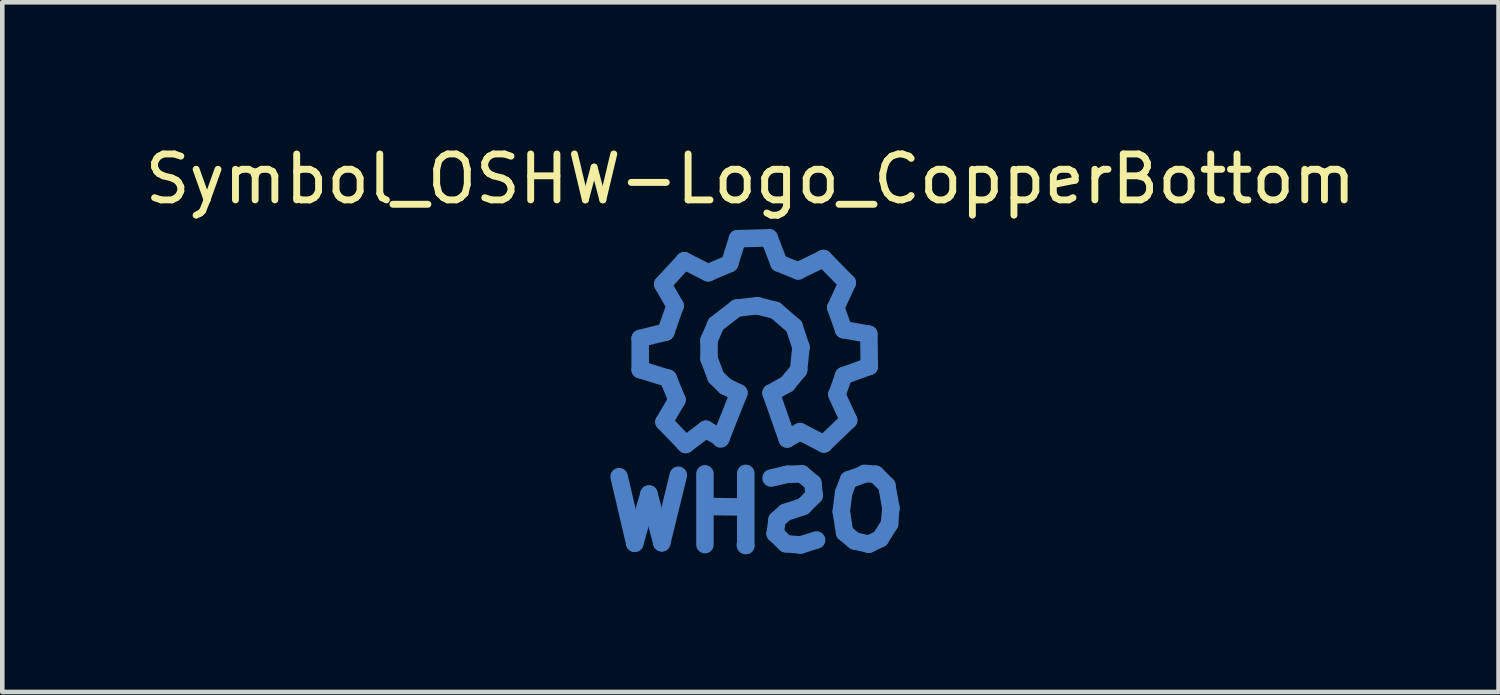
<source format=kicad_pcb>
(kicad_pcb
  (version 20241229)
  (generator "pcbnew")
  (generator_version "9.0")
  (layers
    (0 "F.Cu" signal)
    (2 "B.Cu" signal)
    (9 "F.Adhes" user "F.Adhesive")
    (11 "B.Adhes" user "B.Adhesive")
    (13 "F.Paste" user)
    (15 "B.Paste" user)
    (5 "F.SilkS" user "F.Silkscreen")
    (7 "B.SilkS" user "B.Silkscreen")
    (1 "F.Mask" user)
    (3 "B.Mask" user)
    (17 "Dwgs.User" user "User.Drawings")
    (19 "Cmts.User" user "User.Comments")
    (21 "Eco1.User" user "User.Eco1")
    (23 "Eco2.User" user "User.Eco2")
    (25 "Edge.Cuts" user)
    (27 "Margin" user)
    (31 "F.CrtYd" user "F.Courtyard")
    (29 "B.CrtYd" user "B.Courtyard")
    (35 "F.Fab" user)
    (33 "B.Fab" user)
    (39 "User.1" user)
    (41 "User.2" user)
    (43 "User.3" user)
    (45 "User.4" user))
  (footprint "Symbol_OSHW-Logo_CopperBottom"
    (layer "F.Cu")
    (at 12.719 4.848)
    (property "Reference" "Symbol_OSHW-Logo_CopperBottom" (at 0.573 -4 180) (layer "F.SilkS") (effects (font (size 1 1) (thickness 0.15))))
    (attr through_hole)
    (fp_line (start -1.947 3.932) (end -2.287 2.482) (stroke (width 0.381) (type solid)) (layer "B.Cu"))
    (fp_line (start -1.828 -0.528) (end -1.269 -0.668) (stroke (width 0.381) (type solid)) (layer "B.Cu"))
    (fp_line (start -1.828 0.152) (end -1.828 -0.528) (stroke (width 0.381) (type solid)) (layer "B.Cu"))
    (fp_line (start -1.637 2.86) (end -1.947 3.932) (stroke (width 0.381) (type solid)) (layer "B.Cu"))
    (fp_line (start -1.358 3.922) (end -1.637 2.86) (stroke (width 0.381) (type solid)) (layer "B.Cu"))
    (fp_line (start -1.337 -1.709) (end -0.867 -2.22) (stroke (width 0.381) (type solid)) (layer "B.Cu"))
    (fp_line (start -1.309 1.29) (end -1.027 0.81) (stroke (width 0.381) (type solid)) (layer "B.Cu"))
    (fp_line (start -1.269 -0.668) (end -1.068 -1.24) (stroke (width 0.381) (type solid)) (layer "B.Cu"))
    (fp_line (start -1.218 0.34) (end -1.828 0.152) (stroke (width 0.381) (type solid)) (layer "B.Cu"))
    (fp_line (start -1.068 -1.24) (end -1.337 -1.709) (stroke (width 0.381) (type solid)) (layer "B.Cu"))
    (fp_line (start -1.027 0.81) (end -1.218 0.34) (stroke (width 0.381) (type solid)) (layer "B.Cu"))
    (fp_line (start -0.997 2.451) (end -1.358 3.922) (stroke (width 0.381) (type solid)) (layer "B.Cu"))
    (fp_line (start -0.867 -2.22) (end -0.349 -1.958) (stroke (width 0.381) (type solid)) (layer "B.Cu"))
    (fp_line (start -0.837 1.781) (end -1.309 1.29) (stroke (width 0.381) (type solid)) (layer "B.Cu"))
    (fp_line (start -0.418 2.421) (end -0.418 3.962) (stroke (width 0.381) (type solid)) (layer "B.Cu"))
    (fp_line (start -0.398 1.45) (end -0.837 1.781) (stroke (width 0.381) (type solid)) (layer "B.Cu"))
    (fp_line (start -0.377 3.142) (end -0.377 3.132) (stroke (width 0.381) (type solid)) (layer "B.Cu"))
    (fp_line (start -0.367 3.132) (end -0.377 3.142) (stroke (width 0.381) (type solid)) (layer "B.Cu"))
    (fp_line (start -0.349 -1.958) (end 0.121 -2.159) (stroke (width 0.381) (type solid)) (layer "B.Cu"))
    (fp_line (start -0.329 -0.488) (end -0.179 -0.838) (stroke (width 0.381) (type solid)) (layer "B.Cu"))
    (fp_line (start -0.329 -0.089) (end -0.329 -0.488) (stroke (width 0.381) (type solid)) (layer "B.Cu"))
    (fp_line (start -0.179 -0.838) (end 0.273 -1.189) (stroke (width 0.381) (type solid)) (layer "B.Cu"))
    (fp_line (start -0.179 0.312) (end -0.329 -0.089) (stroke (width 0.381) (type solid)) (layer "B.Cu"))
    (fp_line (start -0.067 1.641) (end -0.398 1.45) (stroke (width 0.381) (type solid)) (layer "B.Cu"))
    (fp_line (start 0.022 0.511) (end -0.179 0.312) (stroke (width 0.381) (type solid)) (layer "B.Cu"))
    (fp_line (start 0.121 -2.159) (end 0.291 -2.7) (stroke (width 0.381) (type solid)) (layer "B.Cu"))
    (fp_line (start 0.273 -1.189) (end 0.723 -1.24) (stroke (width 0.381) (type solid)) (layer "B.Cu"))
    (fp_line (start 0.291 -2.7) (end 0.982 -2.718) (stroke (width 0.381) (type solid)) (layer "B.Cu"))
    (fp_line (start 0.321 0.66) (end -0.077 1.661) (stroke (width 0.381) (type solid)) (layer "B.Cu"))
    (fp_line (start 0.321 0.66) (end 0.022 0.511) (stroke (width 0.381) (type solid)) (layer "B.Cu"))
    (fp_line (start 0.423 3.142) (end -0.367 3.132) (stroke (width 0.381) (type solid)) (layer "B.Cu"))
    (fp_line (start 0.471 2.41) (end 0.471 3.98) (stroke (width 0.381) (type solid)) (layer "B.Cu"))
    (fp_line (start 0.471 3.98) (end 0.461 3.97) (stroke (width 0.381) (type solid)) (layer "B.Cu"))
    (fp_line (start 0.723 -1.24) (end 1.121 -1.138) (stroke (width 0.381) (type solid)) (layer "B.Cu"))
    (fp_line (start 0.982 -2.718) (end 1.193 -2.169) (stroke (width 0.381) (type solid)) (layer "B.Cu"))
    (fp_line (start 1.022 0.66) (end 1.373 1.661) (stroke (width 0.381) (type solid)) (layer "B.Cu"))
    (fp_line (start 1.022 2.512) (end 1.373 2.431) (stroke (width 0.381) (type solid)) (layer "B.Cu"))
    (fp_line (start 1.111 3.721) (end 1.342 3.942) (stroke (width 0.381) (type solid)) (layer "B.Cu"))
    (fp_line (start 1.121 -1.138) (end 1.523 -0.79) (stroke (width 0.381) (type solid)) (layer "B.Cu"))
    (fp_line (start 1.152 3.421) (end 1.111 3.721) (stroke (width 0.381) (type solid)) (layer "B.Cu"))
    (fp_line (start 1.193 -2.169) (end 1.612 -1.999) (stroke (width 0.381) (type solid)) (layer "B.Cu"))
    (fp_line (start 1.332 3.261) (end 1.152 3.421) (stroke (width 0.381) (type solid)) (layer "B.Cu"))
    (fp_line (start 1.342 3.942) (end 1.662 3.97) (stroke (width 0.381) (type solid)) (layer "B.Cu"))
    (fp_line (start 1.373 0.462) (end 1.022 0.66) (stroke (width 0.381) (type solid)) (layer "B.Cu"))
    (fp_line (start 1.373 2.431) (end 1.693 2.421) (stroke (width 0.381) (type solid)) (layer "B.Cu"))
    (fp_line (start 1.523 -0.79) (end 1.673 -0.338) (stroke (width 0.381) (type solid)) (layer "B.Cu"))
    (fp_line (start 1.612 -1.999) (end 2.163 -2.268) (stroke (width 0.381) (type solid)) (layer "B.Cu"))
    (fp_line (start 1.622 0.16) (end 1.373 0.462) (stroke (width 0.381) (type solid)) (layer "B.Cu"))
    (fp_line (start 1.652 1.501) (end 1.373 1.661) (stroke (width 0.381) (type solid)) (layer "B.Cu"))
    (fp_line (start 1.662 3.97) (end 2.013 3.861) (stroke (width 0.381) (type solid)) (layer "B.Cu"))
    (fp_line (start 1.673 -0.338) (end 1.622 0.16) (stroke (width 0.381) (type solid)) (layer "B.Cu"))
    (fp_line (start 1.693 2.421) (end 1.932 2.621) (stroke (width 0.381) (type solid)) (layer "B.Cu"))
    (fp_line (start 1.721 3.132) (end 1.332 3.261) (stroke (width 0.381) (type solid)) (layer "B.Cu"))
    (fp_line (start 1.932 2.621) (end 1.962 2.89) (stroke (width 0.381) (type solid)) (layer "B.Cu"))
    (fp_line (start 1.962 2.89) (end 1.721 3.132) (stroke (width 0.381) (type solid)) (layer "B.Cu"))
    (fp_line (start 2.163 -2.268) (end 2.681 -1.74) (stroke (width 0.381) (type solid)) (layer "B.Cu"))
    (fp_line (start 2.173 1.77) (end 1.652 1.501) (stroke (width 0.381) (type solid)) (layer "B.Cu"))
    (fp_line (start 2.432 -1.199) (end 2.602 -0.719) (stroke (width 0.381) (type solid)) (layer "B.Cu"))
    (fp_line (start 2.452 0.691) (end 2.711 1.252) (stroke (width 0.381) (type solid)) (layer "B.Cu"))
    (fp_line (start 2.551 3.241) (end 2.602 2.832) (stroke (width 0.381) (type solid)) (layer "B.Cu"))
    (fp_line (start 2.602 -0.719) (end 3.151 -0.62) (stroke (width 0.381) (type solid)) (layer "B.Cu"))
    (fp_line (start 2.602 0.282) (end 2.463 0.681) (stroke (width 0.381) (type solid)) (layer "B.Cu"))
    (fp_line (start 2.602 2.832) (end 2.711 2.55) (stroke (width 0.381) (type solid)) (layer "B.Cu"))
    (fp_line (start 2.623 3.701) (end 2.551 3.241) (stroke (width 0.381) (type solid)) (layer "B.Cu"))
    (fp_line (start 2.681 -1.74) (end 2.432 -1.199) (stroke (width 0.381) (type solid)) (layer "B.Cu"))
    (fp_line (start 2.711 1.252) (end 2.173 1.77) (stroke (width 0.381) (type solid)) (layer "B.Cu"))
    (fp_line (start 2.711 2.55) (end 3.072 2.421) (stroke (width 0.381) (type solid)) (layer "B.Cu"))
    (fp_line (start 2.841 3.881) (end 2.623 3.701) (stroke (width 0.381) (type solid)) (layer "B.Cu"))
    (fp_line (start 3.052 2.41) (end 3.301 2.431) (stroke (width 0.381) (type solid)) (layer "B.Cu"))
    (fp_line (start 3.151 -0.62) (end 3.161 0.081) (stroke (width 0.381) (type solid)) (layer "B.Cu"))
    (fp_line (start 3.151 3.952) (end 2.841 3.881) (stroke (width 0.381) (type solid)) (layer "B.Cu"))
    (fp_line (start 3.161 0.081) (end 2.602 0.282) (stroke (width 0.381) (type solid)) (layer "B.Cu"))
    (fp_line (start 3.301 2.431) (end 3.542 2.672) (stroke (width 0.381) (type solid)) (layer "B.Cu"))
    (fp_line (start 3.402 3.83) (end 3.151 3.952) (stroke (width 0.381) (type solid)) (layer "B.Cu"))
    (fp_line (start 3.542 2.672) (end 3.631 3.162) (stroke (width 0.381) (type solid)) (layer "B.Cu"))
    (fp_line (start 3.603 3.51) (end 3.402 3.83) (stroke (width 0.381) (type solid)) (layer "B.Cu"))
    (fp_line (start 3.631 3.162) (end 3.603 3.51) (stroke (width 0.381) (type solid)) (layer "B.Cu"))
    (fp_line (start -1.947 3.932) (end -2.287 2.482) (stroke (width 0.381) (type solid)) (layer "B.Mask"))
    (fp_line (start -1.828 -0.528) (end -1.269 -0.668) (stroke (width 0.381) (type solid)) (layer "B.Mask"))
    (fp_line (start -1.828 0.152) (end -1.828 -0.528) (stroke (width 0.381) (type solid)) (layer "B.Mask"))
    (fp_line (start -1.637 2.86) (end -1.947 3.932) (stroke (width 0.381) (type solid)) (layer "B.Mask"))
    (fp_line (start -1.358 3.922) (end -1.637 2.86) (stroke (width 0.381) (type solid)) (layer "B.Mask"))
    (fp_line (start -1.337 -1.709) (end -0.867 -2.22) (stroke (width 0.381) (type solid)) (layer "B.Mask"))
    (fp_line (start -1.309 1.29) (end -1.027 0.81) (stroke (width 0.381) (type solid)) (layer "B.Mask"))
    (fp_line (start -1.269 -0.668) (end -1.068 -1.24) (stroke (width 0.381) (type solid)) (layer "B.Mask"))
    (fp_line (start -1.218 0.34) (end -1.828 0.152) (stroke (width 0.381) (type solid)) (layer "B.Mask"))
    (fp_line (start -1.068 -1.24) (end -1.337 -1.709) (stroke (width 0.381) (type solid)) (layer "B.Mask"))
    (fp_line (start -1.027 0.81) (end -1.218 0.34) (stroke (width 0.381) (type solid)) (layer "B.Mask"))
    (fp_line (start -0.997 2.451) (end -1.358 3.922) (stroke (width 0.381) (type solid)) (layer "B.Mask"))
    (fp_line (start -0.867 -2.22) (end -0.349 -1.958) (stroke (width 0.381) (type solid)) (layer "B.Mask"))
    (fp_line (start -0.837 1.781) (end -1.309 1.29) (stroke (width 0.381) (type solid)) (layer "B.Mask"))
    (fp_line (start -0.418 2.421) (end -0.418 3.962) (stroke (width 0.381) (type solid)) (layer "B.Mask"))
    (fp_line (start -0.398 1.45) (end -0.837 1.781) (stroke (width 0.381) (type solid)) (layer "B.Mask"))
    (fp_line (start -0.377 3.142) (end -0.377 3.132) (stroke (width 0.381) (type solid)) (layer "B.Mask"))
    (fp_line (start -0.367 3.132) (end -0.377 3.142) (stroke (width 0.381) (type solid)) (layer "B.Mask"))
    (fp_line (start -0.349 -1.958) (end 0.121 -2.159) (stroke (width 0.381) (type solid)) (layer "B.Mask"))
    (fp_line (start -0.329 -0.488) (end -0.179 -0.838) (stroke (width 0.381) (type solid)) (layer "B.Mask"))
    (fp_line (start -0.329 -0.089) (end -0.329 -0.488) (stroke (width 0.381) (type solid)) (layer "B.Mask"))
    (fp_line (start -0.179 -0.838) (end 0.273 -1.189) (stroke (width 0.381) (type solid)) (layer "B.Mask"))
    (fp_line (start -0.179 0.312) (end -0.329 -0.089) (stroke (width 0.381) (type solid)) (layer "B.Mask"))
    (fp_line (start -0.067 1.641) (end -0.398 1.45) (stroke (width 0.381) (type solid)) (layer "B.Mask"))
    (fp_line (start 0.022 0.511) (end -0.179 0.312) (stroke (width 0.381) (type solid)) (layer "B.Mask"))
    (fp_line (start 0.121 -2.159) (end 0.291 -2.7) (stroke (width 0.381) (type solid)) (layer "B.Mask"))
    (fp_line (start 0.273 -1.189) (end 0.723 -1.24) (stroke (width 0.381) (type solid)) (layer "B.Mask"))
    (fp_line (start 0.291 -2.7) (end 0.982 -2.718) (stroke (width 0.381) (type solid)) (layer "B.Mask"))
    (fp_line (start 0.321 0.66) (end -0.077 1.661) (stroke (width 0.381) (type solid)) (layer "B.Mask"))
    (fp_line (start 0.321 0.66) (end 0.022 0.511) (stroke (width 0.381) (type solid)) (layer "B.Mask"))
    (fp_line (start 0.423 3.142) (end -0.367 3.132) (stroke (width 0.381) (type solid)) (layer "B.Mask"))
    (fp_line (start 0.471 2.41) (end 0.471 3.98) (stroke (width 0.381) (type solid)) (layer "B.Mask"))
    (fp_line (start 0.471 3.98) (end 0.461 3.97) (stroke (width 0.381) (type solid)) (layer "B.Mask"))
    (fp_line (start 0.723 -1.24) (end 1.121 -1.138) (stroke (width 0.381) (type solid)) (layer "B.Mask"))
    (fp_line (start 0.982 -2.718) (end 1.193 -2.169) (stroke (width 0.381) (type solid)) (layer "B.Mask"))
    (fp_line (start 1.022 0.66) (end 1.373 1.661) (stroke (width 0.381) (type solid)) (layer "B.Mask"))
    (fp_line (start 1.022 2.512) (end 1.373 2.431) (stroke (width 0.381) (type solid)) (layer "B.Mask"))
    (fp_line (start 1.111 3.721) (end 1.342 3.942) (stroke (width 0.381) (type solid)) (layer "B.Mask"))
    (fp_line (start 1.121 -1.138) (end 1.523 -0.79) (stroke (width 0.381) (type solid)) (layer "B.Mask"))
    (fp_line (start 1.152 3.421) (end 1.111 3.721) (stroke (width 0.381) (type solid)) (layer "B.Mask"))
    (fp_line (start 1.193 -2.169) (end 1.612 -1.999) (stroke (width 0.381) (type solid)) (layer "B.Mask"))
    (fp_line (start 1.332 3.261) (end 1.152 3.421) (stroke (width 0.381) (type solid)) (layer "B.Mask"))
    (fp_line (start 1.342 3.942) (end 1.662 3.97) (stroke (width 0.381) (type solid)) (layer "B.Mask"))
    (fp_line (start 1.373 0.462) (end 1.022 0.66) (stroke (width 0.381) (type solid)) (layer "B.Mask"))
    (fp_line (start 1.373 2.431) (end 1.693 2.421) (stroke (width 0.381) (type solid)) (layer "B.Mask"))
    (fp_line (start 1.523 -0.79) (end 1.673 -0.338) (stroke (width 0.381) (type solid)) (layer "B.Mask"))
    (fp_line (start 1.612 -1.999) (end 2.163 -2.268) (stroke (width 0.381) (type solid)) (layer "B.Mask"))
    (fp_line (start 1.622 0.16) (end 1.373 0.462) (stroke (width 0.381) (type solid)) (layer "B.Mask"))
    (fp_line (start 1.652 1.501) (end 1.373 1.661) (stroke (width 0.381) (type solid)) (layer "B.Mask"))
    (fp_line (start 1.662 3.97) (end 2.013 3.861) (stroke (width 0.381) (type solid)) (layer "B.Mask"))
    (fp_line (start 1.673 -0.338) (end 1.622 0.16) (stroke (width 0.381) (type solid)) (layer "B.Mask"))
    (fp_line (start 1.693 2.421) (end 1.932 2.621) (stroke (width 0.381) (type solid)) (layer "B.Mask"))
    (fp_line (start 1.721 3.132) (end 1.332 3.261) (stroke (width 0.381) (type solid)) (layer "B.Mask"))
    (fp_line (start 1.932 2.621) (end 1.962 2.89) (stroke (width 0.381) (type solid)) (layer "B.Mask"))
    (fp_line (start 1.962 2.89) (end 1.721 3.132) (stroke (width 0.381) (type solid)) (layer "B.Mask"))
    (fp_line (start 2.163 -2.268) (end 2.681 -1.74) (stroke (width 0.381) (type solid)) (layer "B.Mask"))
    (fp_line (start 2.173 1.77) (end 1.652 1.501) (stroke (width 0.381) (type solid)) (layer "B.Mask"))
    (fp_line (start 2.432 -1.199) (end 2.602 -0.719) (stroke (width 0.381) (type solid)) (layer "B.Mask"))
    (fp_line (start 2.452 0.691) (end 2.711 1.252) (stroke (width 0.381) (type solid)) (layer "B.Mask"))
    (fp_line (start 2.551 3.241) (end 2.602 2.832) (stroke (width 0.381) (type solid)) (layer "B.Mask"))
    (fp_line (start 2.602 -0.719) (end 3.151 -0.62) (stroke (width 0.381) (type solid)) (layer "B.Mask"))
    (fp_line (start 2.602 0.282) (end 2.463 0.681) (stroke (width 0.381) (type solid)) (layer "B.Mask"))
    (fp_line (start 2.602 2.832) (end 2.711 2.55) (stroke (width 0.381) (type solid)) (layer "B.Mask"))
    (fp_line (start 2.623 3.701) (end 2.551 3.241) (stroke (width 0.381) (type solid)) (layer "B.Mask"))
    (fp_line (start 2.681 -1.74) (end 2.432 -1.199) (stroke (width 0.381) (type solid)) (layer "B.Mask"))
    (fp_line (start 2.711 1.252) (end 2.173 1.77) (stroke (width 0.381) (type solid)) (layer "B.Mask"))
    (fp_line (start 2.711 2.55) (end 3.072 2.421) (stroke (width 0.381) (type solid)) (layer "B.Mask"))
    (fp_line (start 2.841 3.881) (end 2.623 3.701) (stroke (width 0.381) (type solid)) (layer "B.Mask"))
    (fp_line (start 3.052 2.41) (end 3.301 2.431) (stroke (width 0.381) (type solid)) (layer "B.Mask"))
    (fp_line (start 3.151 -0.62) (end 3.161 0.081) (stroke (width 0.381) (type solid)) (layer "B.Mask"))
    (fp_line (start 3.151 3.952) (end 2.841 3.881) (stroke (width 0.381) (type solid)) (layer "B.Mask"))
    (fp_line (start 3.161 0.081) (end 2.602 0.282) (stroke (width 0.381) (type solid)) (layer "B.Mask"))
    (fp_line (start 3.301 2.431) (end 3.542 2.672) (stroke (width 0.381) (type solid)) (layer "B.Mask"))
    (fp_line (start 3.402 3.83) (end 3.151 3.952) (stroke (width 0.381) (type solid)) (layer "B.Mask"))
    (fp_line (start 3.542 2.672) (end 3.631 3.162) (stroke (width 0.381) (type solid)) (layer "B.Mask"))
    (fp_line (start 3.603 3.51) (end 3.402 3.83) (stroke (width 0.381) (type solid)) (layer "B.Mask"))
    (fp_line (start 3.631 3.162) (end 3.603 3.51) (stroke (width 0.381) (type solid)) (layer "B.Mask")))
  (gr_rect
    (start -3 -3)
    (end 29.583 12.019)
    (stroke (width 0.1) (type default))
    (fill no)
    (layer "Edge.Cuts")))
</source>
